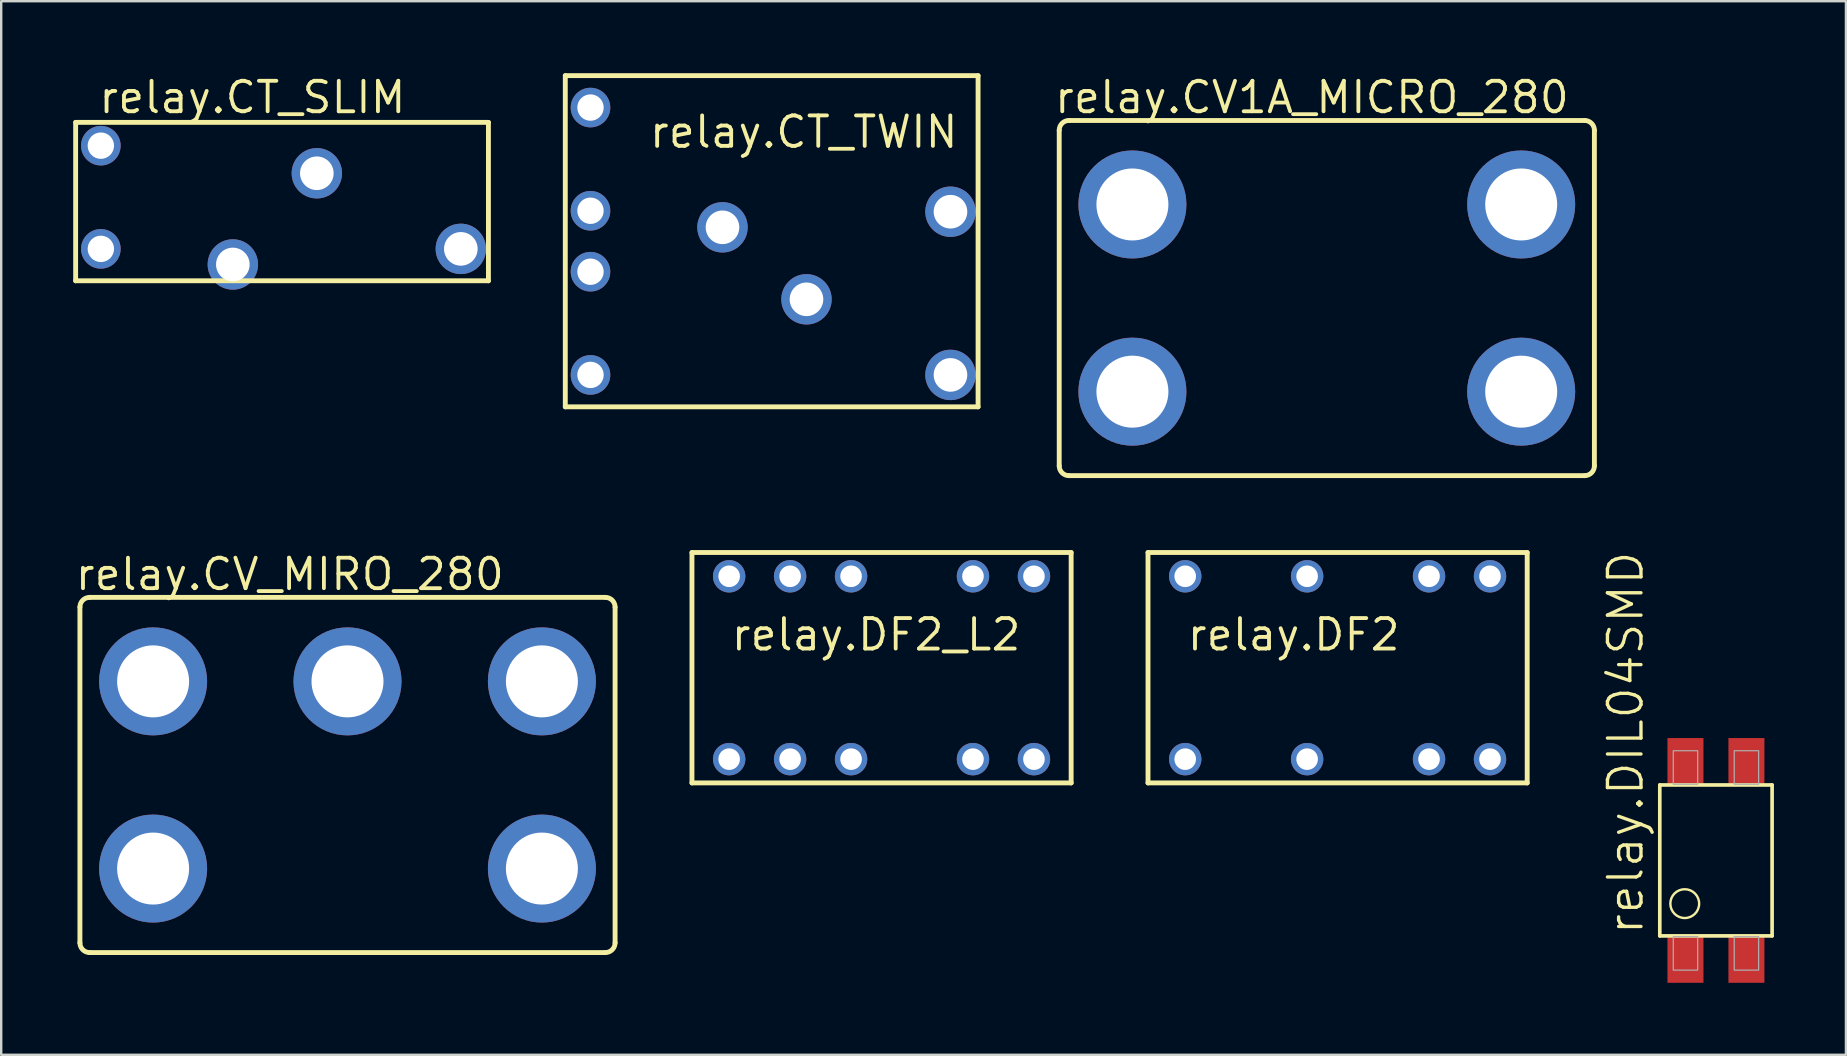
<source format=kicad_pcb>
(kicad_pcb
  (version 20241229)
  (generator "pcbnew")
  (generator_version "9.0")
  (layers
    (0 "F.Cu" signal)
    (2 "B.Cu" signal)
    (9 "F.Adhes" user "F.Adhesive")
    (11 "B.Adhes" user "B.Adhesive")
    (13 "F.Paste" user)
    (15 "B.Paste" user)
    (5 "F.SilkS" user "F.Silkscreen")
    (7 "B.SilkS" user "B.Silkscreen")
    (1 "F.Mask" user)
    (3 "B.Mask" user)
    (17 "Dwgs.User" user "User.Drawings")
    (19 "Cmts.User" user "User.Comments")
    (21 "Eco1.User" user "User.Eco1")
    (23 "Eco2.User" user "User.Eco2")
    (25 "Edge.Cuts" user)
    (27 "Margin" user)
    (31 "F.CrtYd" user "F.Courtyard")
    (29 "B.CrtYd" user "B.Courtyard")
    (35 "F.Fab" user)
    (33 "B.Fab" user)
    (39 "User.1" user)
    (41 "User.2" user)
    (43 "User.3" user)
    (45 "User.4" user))
  (footprint "relay.CV1A_MICRO_280"
    (layer "F.Cu")
    (at 52.236 9.37)
    (property "Reference" "relay.CV1A_MICRO_280" (at -11.43 -7.62 0) (layer "F.SilkS") (effects (font (size 1.27 1.27) (thickness 0.16)) (justify left bottom)))
    (attr through_hole)
    (fp_line (start -11.15 6.994) (end -11.15 -6.994) (stroke (width 0.203) (type default)) (layer "F.SilkS"))
    (fp_line (start -10.744 -7.4) (end 10.744 -7.4) (stroke (width 0.203) (type default)) (layer "F.SilkS"))
    (fp_line (start 10.744 7.4) (end -10.744 7.4) (stroke (width 0.203) (type default)) (layer "F.SilkS"))
    (fp_line (start 11.15 -6.994) (end 11.15 6.994) (stroke (width 0.203) (type default)) (layer "F.SilkS"))
    (fp_arc (start -11.15 -6.9936) (mid -11.030968 -7.280968) (end -10.7436 -7.4) (stroke (width 0.2032) (type default)) (layer "F.SilkS"))
    (fp_arc (start -10.7436 7.4) (mid -11.030968 7.280968) (end -11.15 6.9936) (stroke (width 0.2032) (type default)) (layer "F.SilkS"))
    (fp_arc (start 10.7436 -7.4) (mid 11.030968 -7.280968) (end 11.15 -6.9936) (stroke (width 0.2032) (type default)) (layer "F.SilkS"))
    (fp_arc (start 11.15 6.9936) (mid 11.030968 7.280968) (end 10.7436 7.4) (stroke (width 0.2032) (type default)) (layer "F.SilkS"))
    (pad "30" thru_hole circle (at -8.1 3.9 180) (size 4.5 4.5) (drill 3) (layers "*.Cu" "*.Mask"))
    (pad "85" thru_hole circle (at -8.1 -3.9 180) (size 4.5 4.5) (drill 3) (layers "*.Cu" "*.Mask"))
    (pad "86" thru_hole circle (at 8.1 3.9 180) (size 4.5 4.5) (drill 3) (layers "*.Cu" "*.Mask"))
    (pad "87" thru_hole circle (at 8.1 -3.9 180) (size 4.5 4.5) (drill 3) (layers "*.Cu" "*.Mask")))
  (footprint "relay.DF2"
    (layer "F.Cu")
    (at 52.686 24.773)
    (property "Reference" "relay.DF2" (at -6.35 -0.635 0) (layer "F.SilkS") (effects (font (size 1.27 1.27) (thickness 0.16)) (justify left bottom)))
    (attr through_hole)
    (fp_line (start -7.9 -4.8) (end 7.9 -4.8) (stroke (width 0.203) (type default)) (layer "F.SilkS"))
    (fp_line (start -7.9 4.8) (end -7.9 -4.8) (stroke (width 0.203) (type default)) (layer "F.SilkS"))
    (fp_line (start 7.9 -4.8) (end 7.9 4.8) (stroke (width 0.203) (type default)) (layer "F.SilkS"))
    (fp_line (start 7.9 4.8) (end -7.9 4.8) (stroke (width 0.203) (type default)) (layer "F.SilkS"))
    (pad "1" thru_hole circle (at -6.35 3.81) (size 1.35 1.35) (drill 0.9) (layers "*.Cu" "*.Mask"))
    (pad "3" thru_hole circle (at -1.27 3.81) (size 1.35 1.35) (drill 0.9) (layers "*.Cu" "*.Mask"))
    (pad "5" thru_hole circle (at 3.81 3.81) (size 1.35 1.35) (drill 0.9) (layers "*.Cu" "*.Mask"))
    (pad "6" thru_hole circle (at 6.35 3.81) (size 1.35 1.35) (drill 0.9) (layers "*.Cu" "*.Mask"))
    (pad "7" thru_hole circle (at 6.35 -3.81) (size 1.35 1.35) (drill 0.9) (layers "*.Cu" "*.Mask"))
    (pad "8" thru_hole circle (at 3.81 -3.81) (size 1.35 1.35) (drill 0.9) (layers "*.Cu" "*.Mask"))
    (pad "10" thru_hole circle (at -1.27 -3.81) (size 1.35 1.35) (drill 0.9) (layers "*.Cu" "*.Mask"))
    (pad "12" thru_hole circle (at -6.35 -3.81) (size 1.35 1.35) (drill 0.9) (layers "*.Cu" "*.Mask")))
  (footprint "relay.CT_SLIM"
    (layer "F.Cu")
    (at 8.602 7.32)
    (property "Reference" "relay.CT_SLIM" (at -7.62 -5.57 0) (layer "F.SilkS") (effects (font (size 1.27 1.27) (thickness 0.16)) (justify left bottom)))
    (attr through_hole)
    (fp_line (start -8.5 -5.27) (end -8.5 1.33) (stroke (width 0.203) (type default)) (layer "F.SilkS"))
    (fp_line (start -8.5 1.33) (end 8.7 1.33) (stroke (width 0.203) (type default)) (layer "F.SilkS"))
    (fp_line (start 8.7 -5.27) (end -8.5 -5.27) (stroke (width 0.203) (type default)) (layer "F.SilkS"))
    (fp_line (start 8.7 1.33) (end 8.7 -5.27) (stroke (width 0.203) (type default)) (layer "F.SilkS"))
    (pad "1" thru_hole circle (at -7.45 0 180) (size 1.65 1.65) (drill 1.1) (layers "*.Cu" "*.Mask"))
    (pad "2" thru_hole circle (at -7.45 -4.3 180) (size 1.65 1.65) (drill 1.1) (layers "*.Cu" "*.Mask"))
    (pad "C" thru_hole circle (at 7.55 0 180) (size 2.1 2.1) (drill 1.4) (layers "*.Cu" "*.Mask"))
    (pad "NC" thru_hole circle (at -1.95 0.65 180) (size 2.1 2.1) (drill 1.4) (layers "*.Cu" "*.Mask"))
    (pad "NO" thru_hole circle (at 1.55 -3.15 180) (size 2.1 2.1) (drill 1.4) (layers "*.Cu" "*.Mask")))
  (footprint "relay.DF2_L2"
    (layer "F.Cu")
    (at 33.683 24.773)
    (property "Reference" "relay.DF2_L2" (at -6.35 -0.635 0) (layer "F.SilkS") (effects (font (size 1.27 1.27) (thickness 0.16)) (justify left bottom)))
    (attr through_hole)
    (fp_line (start -7.9 -4.8) (end 7.9 -4.8) (stroke (width 0.203) (type default)) (layer "F.SilkS"))
    (fp_line (start -7.9 4.8) (end -7.9 -4.8) (stroke (width 0.203) (type default)) (layer "F.SilkS"))
    (fp_line (start 7.9 -4.8) (end 7.9 4.8) (stroke (width 0.203) (type default)) (layer "F.SilkS"))
    (fp_line (start 7.9 4.8) (end -7.9 4.8) (stroke (width 0.203) (type default)) (layer "F.SilkS"))
    (pad "1" thru_hole circle (at -6.35 3.81) (size 1.35 1.35) (drill 0.9) (layers "*.Cu" "*.Mask"))
    (pad "2" thru_hole circle (at -3.81 3.81) (size 1.35 1.35) (drill 0.9) (layers "*.Cu" "*.Mask"))
    (pad "3" thru_hole circle (at -1.27 3.81) (size 1.35 1.35) (drill 0.9) (layers "*.Cu" "*.Mask"))
    (pad "5" thru_hole circle (at 3.81 3.81) (size 1.35 1.35) (drill 0.9) (layers "*.Cu" "*.Mask"))
    (pad "6" thru_hole circle (at 6.35 3.81) (size 1.35 1.35) (drill 0.9) (layers "*.Cu" "*.Mask"))
    (pad "7" thru_hole circle (at 6.35 -3.81) (size 1.35 1.35) (drill 0.9) (layers "*.Cu" "*.Mask"))
    (pad "8" thru_hole circle (at 3.81 -3.81) (size 1.35 1.35) (drill 0.9) (layers "*.Cu" "*.Mask"))
    (pad "10" thru_hole circle (at -1.27 -3.81) (size 1.35 1.35) (drill 0.9) (layers "*.Cu" "*.Mask"))
    (pad "11" thru_hole circle (at -3.81 -3.81) (size 1.35 1.35) (drill 0.9) (layers "*.Cu" "*.Mask"))
    (pad "12" thru_hole circle (at -6.35 -3.81) (size 1.35 1.35) (drill 0.9) (layers "*.Cu" "*.Mask")))
  (footprint "relay.DIL04SMD"
    (layer "F.Cu")
    (at 68.451 32.803)
    (property "Reference" "relay.DIL04SMD" (at -2.946 3.175 90) (layer "F.SilkS") (effects (font (size 1.397 1.397) (thickness 0.14)) (justify left bottom)))
    (attr smd)
    (fp_line (start -2.34 -3.144) (end -2.34 3.144) (stroke (width 0.152) (type default)) (layer "F.SilkS"))
    (fp_line (start -2.34 3.144) (end 2.34 3.144) (stroke (width 0.152) (type default)) (layer "F.SilkS"))
    (fp_line (start 2.34 -3.144) (end -2.34 -3.144) (stroke (width 0.152) (type default)) (layer "F.SilkS"))
    (fp_line (start 2.34 3.144) (end 2.34 -3.144) (stroke (width 0.152) (type default)) (layer "F.SilkS"))
    (fp_circle (center -1.3 1.8) (end -0.7 1.8) (stroke (width 0.1) (type default)) (fill no) (layer "F.SilkS"))
    (fp_rect (start -1.778 -3.175) (end -0.762 -4.572) (stroke (width 0.05) (type default)) (fill no) (layer "F.Fab"))
    (fp_rect (start -1.778 4.572) (end -0.762 3.175) (stroke (width 0.05) (type default)) (fill no) (layer "F.Fab"))
    (fp_rect (start 0.762 -3.175) (end 1.778 -4.572) (stroke (width 0.05) (type default)) (fill no) (layer "F.Fab"))
    (fp_rect (start 0.762 4.572) (end 1.778 3.175) (stroke (width 0.05) (type default)) (fill no) (layer "F.Fab"))
    (pad "1" smd roundrect (at -1.27 4.15) (size 1.5 1.9) (layers "F.Cu" "F.Mask" "F.Paste") (roundrect_rratio 0.01))
    (pad "2" smd roundrect (at 1.27 4.15) (size 1.5 1.9) (layers "F.Cu" "F.Mask" "F.Paste") (roundrect_rratio 0.01))
    (pad "3" smd roundrect (at 1.27 -4.15) (size 1.5 1.9) (layers "F.Cu" "F.Mask" "F.Paste") (roundrect_rratio 0.01))
    (pad "4" smd roundrect (at -1.27 -4.15) (size 1.5 1.9) (layers "F.Cu" "F.Mask" "F.Paste") (roundrect_rratio 0.01)))
  (footprint "relay.CT_TWIN"
    (layer "F.Cu")
    (at 29.005 7.002)
    (property "Reference" "relay.CT_TWIN" (at -5.08 -3.81 0) (layer "F.SilkS") (effects (font (size 1.27 1.27) (thickness 0.16)) (justify left bottom)))
    (attr through_hole)
    (fp_line (start -8.5 -6.9) (end -8.5 6.9) (stroke (width 0.203) (type default)) (layer "F.SilkS"))
    (fp_line (start -8.5 6.9) (end 8.7 6.9) (stroke (width 0.203) (type default)) (layer "F.SilkS"))
    (fp_line (start 8.7 -6.9) (end -8.5 -6.9) (stroke (width 0.203) (type default)) (layer "F.SilkS"))
    (fp_line (start 8.7 6.9) (end 8.7 -6.9) (stroke (width 0.203) (type default)) (layer "F.SilkS"))
    (pad "1" thru_hole circle (at -7.45 5.57 180) (size 1.65 1.65) (drill 1.1) (layers "*.Cu" "*.Mask"))
    (pad "1A" thru_hole circle (at -7.45 1.27 180) (size 1.65 1.65) (drill 1.1) (layers "*.Cu" "*.Mask"))
    (pad "2" thru_hole circle (at -7.45 -1.27 180) (size 1.65 1.65) (drill 1.1) (layers "*.Cu" "*.Mask"))
    (pad "2A" thru_hole circle (at -7.45 -5.57 180) (size 1.65 1.65) (drill 1.1) (layers "*.Cu" "*.Mask"))
    (pad "C1" thru_hole circle (at 7.55 5.57 180) (size 2.1 2.1) (drill 1.4) (layers "*.Cu" "*.Mask"))
    (pad "C2" thru_hole circle (at 7.55 -1.23 180) (size 2.1 2.1) (drill 1.4) (layers "*.Cu" "*.Mask"))
    (pad "NC" thru_hole circle (at -1.95 -0.58 180) (size 2.1 2.1) (drill 1.4) (layers "*.Cu" "*.Mask"))
    (pad "NO" thru_hole circle (at 1.55 2.42 180) (size 2.1 2.1) (drill 1.4) (layers "*.Cu" "*.Mask")))
  (footprint "relay.CV_MIRO_280"
    (layer "F.Cu")
    (at 11.43 29.242)
    (property "Reference" "relay.CV_MIRO_280" (at -11.43 -7.62 0) (layer "F.SilkS") (effects (font (size 1.27 1.27) (thickness 0.16)) (justify left bottom)))
    (attr through_hole)
    (fp_line (start -11.15 6.994) (end -11.15 -6.994) (stroke (width 0.203) (type default)) (layer "F.SilkS"))
    (fp_line (start -10.744 -7.4) (end 10.744 -7.4) (stroke (width 0.203) (type default)) (layer "F.SilkS"))
    (fp_line (start 10.744 7.4) (end -10.744 7.4) (stroke (width 0.203) (type default)) (layer "F.SilkS"))
    (fp_line (start 11.15 -6.994) (end 11.15 6.994) (stroke (width 0.203) (type default)) (layer "F.SilkS"))
    (fp_arc (start -11.15 -6.9936) (mid -11.030968 -7.280968) (end -10.7436 -7.4) (stroke (width 0.2032) (type default)) (layer "F.SilkS"))
    (fp_arc (start -10.7436 7.4) (mid -11.030968 7.280968) (end -11.15 6.9936) (stroke (width 0.2032) (type default)) (layer "F.SilkS"))
    (fp_arc (start 10.7436 -7.4) (mid 11.030968 -7.280968) (end 11.15 -6.9936) (stroke (width 0.2032) (type default)) (layer "F.SilkS"))
    (fp_arc (start 11.15 6.9936) (mid 11.030968 7.280968) (end 10.7436 7.4) (stroke (width 0.2032) (type default)) (layer "F.SilkS"))
    (pad "30" thru_hole circle (at -8.1 3.9 180) (size 4.5 4.5) (drill 3) (layers "*.Cu" "*.Mask"))
    (pad "85" thru_hole circle (at -8.1 -3.9 180) (size 4.5 4.5) (drill 3) (layers "*.Cu" "*.Mask"))
    (pad "86" thru_hole circle (at 8.1 3.9 180) (size 4.5 4.5) (drill 3) (layers "*.Cu" "*.Mask"))
    (pad "87" thru_hole circle (at 8.1 -3.9 180) (size 4.5 4.5) (drill 3) (layers "*.Cu" "*.Mask"))
    (pad "87A" thru_hole circle (at 0 -3.9 180) (size 4.5 4.5) (drill 3) (layers "*.Cu" "*.Mask")))
  (gr_rect
    (start -3 -3)
    (end 73.868 40.903)
    (stroke (width 0.1) (type default))
    (fill no)
    (layer "Edge.Cuts")))
</source>
